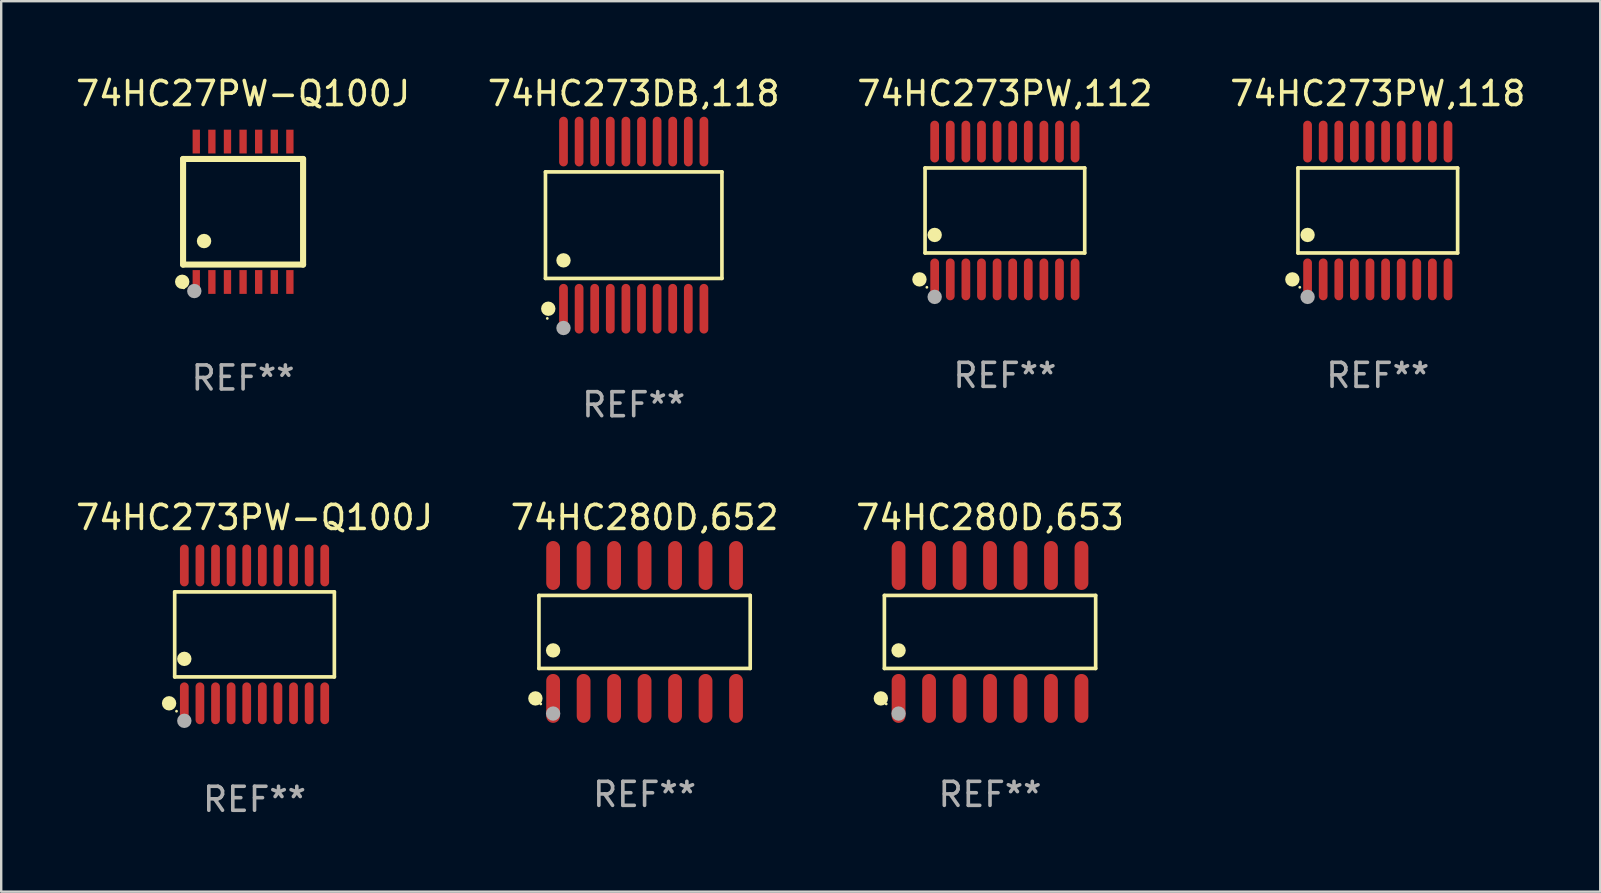
<source format=kicad_pcb>
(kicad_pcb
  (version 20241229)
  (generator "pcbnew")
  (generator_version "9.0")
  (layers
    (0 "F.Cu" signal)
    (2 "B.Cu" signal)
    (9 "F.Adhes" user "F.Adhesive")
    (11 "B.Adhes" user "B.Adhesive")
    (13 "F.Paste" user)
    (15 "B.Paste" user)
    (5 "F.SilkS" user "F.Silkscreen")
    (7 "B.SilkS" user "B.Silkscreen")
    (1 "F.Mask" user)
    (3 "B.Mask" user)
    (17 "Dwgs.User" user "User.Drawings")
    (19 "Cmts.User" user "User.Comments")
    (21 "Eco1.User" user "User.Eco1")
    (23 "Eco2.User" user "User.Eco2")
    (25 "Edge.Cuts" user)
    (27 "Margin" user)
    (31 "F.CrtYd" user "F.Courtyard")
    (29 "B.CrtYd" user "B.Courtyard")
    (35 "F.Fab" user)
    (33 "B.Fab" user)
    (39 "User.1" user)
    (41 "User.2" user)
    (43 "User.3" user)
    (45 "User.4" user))
  (footprint "74HC273DB,118"
    (layer "F.Cu")
    (at 23.351 6.33)
    (property "Reference" "74HC273DB,118" (at 0 -5.482 0) (layer "F.SilkS") (effects (font (size 1 1) (thickness 0.15))))
    (attr through_hole)
    (fp_line (start -3.676 -2.219) (end 3.676 -2.219) (stroke (width 0.152) (type solid)) (layer "F.SilkS"))
    (fp_line (start -3.676 2.219) (end -3.676 -2.219) (stroke (width 0.152) (type solid)) (layer "F.SilkS"))
    (fp_line (start 3.676 -2.219) (end 3.676 2.219) (stroke (width 0.152) (type solid)) (layer "F.SilkS"))
    (fp_line (start 3.676 2.219) (end -3.676 2.219) (stroke (width 0.152) (type solid)) (layer "F.SilkS"))
    (fp_circle (center -3.6 3.885) (end -3.57 3.885) (stroke (width 0.06) (type solid)) (fill no) (layer "F.SilkS"))
    (fp_circle (center -3.559 3.482) (end -3.409 3.482) (stroke (width 0.3) (type solid)) (fill no) (layer "F.SilkS"))
    (fp_circle (center -2.925 1.467) (end -2.775 1.467) (stroke (width 0.3) (type solid)) (fill no) (layer "F.SilkS"))
    (fp_circle (center -2.925 4.285) (end -2.775 4.285) (stroke (width 0.3) (type solid)) (fill no) (layer "F.Fab"))
    (fp_text user "REF**" (at 0 7.482 0) (layer "F.Fab") (effects (font (size 1 1) (thickness 0.15))))
    (pad "1" smd oval (at -2.925 3.482) (size 0.364 2.069) (layers "F.Cu" "F.Mask" "F.Paste"))
    (pad "2" smd oval (at -2.275 3.482) (size 0.364 2.069) (layers "F.Cu" "F.Mask" "F.Paste"))
    (pad "3" smd oval (at -1.625 3.482) (size 0.364 2.069) (layers "F.Cu" "F.Mask" "F.Paste"))
    (pad "4" smd oval (at -0.975 3.482) (size 0.364 2.069) (layers "F.Cu" "F.Mask" "F.Paste"))
    (pad "5" smd oval (at -0.325 3.482) (size 0.364 2.069) (layers "F.Cu" "F.Mask" "F.Paste"))
    (pad "6" smd oval (at 0.325 3.482) (size 0.364 2.069) (layers "F.Cu" "F.Mask" "F.Paste"))
    (pad "7" smd oval (at 0.975 3.482) (size 0.364 2.069) (layers "F.Cu" "F.Mask" "F.Paste"))
    (pad "8" smd oval (at 1.625 3.482) (size 0.364 2.069) (layers "F.Cu" "F.Mask" "F.Paste"))
    (pad "9" smd oval (at 2.275 3.482) (size 0.364 2.069) (layers "F.Cu" "F.Mask" "F.Paste"))
    (pad "10" smd oval (at 2.925 3.482) (size 0.364 2.069) (layers "F.Cu" "F.Mask" "F.Paste"))
    (pad "11" smd oval (at 2.925 -3.482) (size 0.364 2.069) (layers "F.Cu" "F.Mask" "F.Paste"))
    (pad "12" smd oval (at 2.275 -3.482) (size 0.364 2.069) (layers "F.Cu" "F.Mask" "F.Paste"))
    (pad "13" smd oval (at 1.625 -3.482) (size 0.364 2.069) (layers "F.Cu" "F.Mask" "F.Paste"))
    (pad "14" smd oval (at 0.975 -3.482) (size 0.364 2.069) (layers "F.Cu" "F.Mask" "F.Paste"))
    (pad "15" smd oval (at 0.325 -3.482) (size 0.364 2.069) (layers "F.Cu" "F.Mask" "F.Paste"))
    (pad "16" smd oval (at -0.325 -3.482) (size 0.364 2.069) (layers "F.Cu" "F.Mask" "F.Paste"))
    (pad "17" smd oval (at -0.975 -3.482) (size 0.364 2.069) (layers "F.Cu" "F.Mask" "F.Paste"))
    (pad "18" smd oval (at -1.625 -3.482) (size 0.364 2.069) (layers "F.Cu" "F.Mask" "F.Paste"))
    (pad "19" smd oval (at -2.275 -3.482) (size 0.364 2.069) (layers "F.Cu" "F.Mask" "F.Paste"))
    (pad "20" smd oval (at -2.925 -3.482) (size 0.364 2.069) (layers "F.Cu" "F.Mask" "F.Paste")))
  (footprint "74HC273PW,112"
    (layer "F.Cu")
    (at 38.815 5.719)
    (property "Reference" "74HC273PW,112" (at 0 -4.871 0) (layer "F.SilkS") (effects (font (size 1 1) (thickness 0.15))))
    (attr through_hole)
    (fp_line (start -3.326 -1.771) (end 3.326 -1.771) (stroke (width 0.152) (type solid)) (layer "F.SilkS"))
    (fp_line (start -3.326 1.771) (end -3.326 -1.771) (stroke (width 0.152) (type solid)) (layer "F.SilkS"))
    (fp_line (start 3.326 -1.771) (end 3.326 1.771) (stroke (width 0.152) (type solid)) (layer "F.SilkS"))
    (fp_line (start 3.326 1.771) (end -3.326 1.771) (stroke (width 0.152) (type solid)) (layer "F.SilkS"))
    (fp_circle (center -3.559 2.871) (end -3.409 2.871) (stroke (width 0.3) (type solid)) (fill no) (layer "F.SilkS"))
    (fp_circle (center -3.25 3.2) (end -3.22 3.2) (stroke (width 0.06) (type solid)) (fill no) (layer "F.SilkS"))
    (fp_circle (center -2.925 1.019) (end -2.775 1.019) (stroke (width 0.3) (type solid)) (fill no) (layer "F.SilkS"))
    (fp_circle (center -2.925 3.6) (end -2.775 3.6) (stroke (width 0.3) (type solid)) (fill no) (layer "F.Fab"))
    (fp_text user "REF**" (at 0 6.871 0) (layer "F.Fab") (effects (font (size 1 1) (thickness 0.15))))
    (pad "1" smd oval (at -2.925 2.871) (size 0.364 1.742) (layers "F.Cu" "F.Mask" "F.Paste"))
    (pad "2" smd oval (at -2.275 2.871) (size 0.364 1.742) (layers "F.Cu" "F.Mask" "F.Paste"))
    (pad "3" smd oval (at -1.625 2.871) (size 0.364 1.742) (layers "F.Cu" "F.Mask" "F.Paste"))
    (pad "4" smd oval (at -0.975 2.871) (size 0.364 1.742) (layers "F.Cu" "F.Mask" "F.Paste"))
    (pad "5" smd oval (at -0.325 2.871) (size 0.364 1.742) (layers "F.Cu" "F.Mask" "F.Paste"))
    (pad "6" smd oval (at 0.325 2.871) (size 0.364 1.742) (layers "F.Cu" "F.Mask" "F.Paste"))
    (pad "7" smd oval (at 0.975 2.871) (size 0.364 1.742) (layers "F.Cu" "F.Mask" "F.Paste"))
    (pad "8" smd oval (at 1.625 2.871) (size 0.364 1.742) (layers "F.Cu" "F.Mask" "F.Paste"))
    (pad "9" smd oval (at 2.275 2.871) (size 0.364 1.742) (layers "F.Cu" "F.Mask" "F.Paste"))
    (pad "10" smd oval (at 2.925 2.871) (size 0.364 1.742) (layers "F.Cu" "F.Mask" "F.Paste"))
    (pad "11" smd oval (at 2.925 -2.871) (size 0.364 1.742) (layers "F.Cu" "F.Mask" "F.Paste"))
    (pad "12" smd oval (at 2.275 -2.871) (size 0.364 1.742) (layers "F.Cu" "F.Mask" "F.Paste"))
    (pad "13" smd oval (at 1.625 -2.871) (size 0.364 1.742) (layers "F.Cu" "F.Mask" "F.Paste"))
    (pad "14" smd oval (at 0.975 -2.871) (size 0.364 1.742) (layers "F.Cu" "F.Mask" "F.Paste"))
    (pad "15" smd oval (at 0.325 -2.871) (size 0.364 1.742) (layers "F.Cu" "F.Mask" "F.Paste"))
    (pad "16" smd oval (at -0.325 -2.871) (size 0.364 1.742) (layers "F.Cu" "F.Mask" "F.Paste"))
    (pad "17" smd oval (at -0.975 -2.871) (size 0.364 1.742) (layers "F.Cu" "F.Mask" "F.Paste"))
    (pad "18" smd oval (at -1.625 -2.871) (size 0.364 1.742) (layers "F.Cu" "F.Mask" "F.Paste"))
    (pad "19" smd oval (at -2.275 -2.871) (size 0.364 1.742) (layers "F.Cu" "F.Mask" "F.Paste"))
    (pad "20" smd oval (at -2.925 -2.871) (size 0.364 1.742) (layers "F.Cu" "F.Mask" "F.Paste")))
  (footprint "74HC27PW-Q100J"
    (layer "F.Cu")
    (at 7.077 5.773)
    (property "Reference" "74HC27PW-Q100J" (at 0 -4.925 0) (layer "F.SilkS") (effects (font (size 1 1) (thickness 0.15))))
    (attr through_hole)
    (fp_line (start -2.5 2.2) (end -2.5 -2.2) (stroke (width 0.254) (type solid)) (layer "F.SilkS"))
    (fp_line (start -2.5 2.2) (end 2.5 2.2) (stroke (width 0.254) (type solid)) (layer "F.SilkS"))
    (fp_line (start 2.5 -2.2) (end -2.5 -2.2) (stroke (width 0.254) (type solid)) (layer "F.SilkS"))
    (fp_line (start 2.5 -2.2) (end 2.5 2.2) (stroke (width 0.254) (type solid)) (layer "F.SilkS"))
    (fp_circle (center -2.536 2.917) (end -2.386 2.917) (stroke (width 0.3) (type solid)) (fill no) (layer "F.SilkS"))
    (fp_circle (center -2.47 3.17) (end -2.44 3.17) (stroke (width 0.06) (type solid)) (fill no) (layer "F.SilkS"))
    (fp_circle (center -1.626 1.219) (end -1.475 1.219) (stroke (width 0.3) (type solid)) (fill no) (layer "F.SilkS"))
    (fp_circle (center -2.032 3.302) (end -1.882 3.302) (stroke (width 0.3) (type solid)) (fill no) (layer "F.Fab"))
    (fp_text user "REF**" (at 0 6.925 0) (layer "F.Fab") (effects (font (size 1 1) (thickness 0.15))))
    (pad "1" smd rect (at -1.95 2.925) (size 0.305 0.991) (layers "F.Cu" "F.Mask" "F.Paste"))
    (pad "2" smd rect (at -1.3 2.925) (size 0.305 0.991) (layers "F.Cu" "F.Mask" "F.Paste"))
    (pad "3" smd rect (at -0.65 2.925) (size 0.305 0.991) (layers "F.Cu" "F.Mask" "F.Paste"))
    (pad "4" smd rect (at 0 2.925) (size 0.305 0.991) (layers "F.Cu" "F.Mask" "F.Paste"))
    (pad "5" smd rect (at 0.65 2.925) (size 0.305 0.991) (layers "F.Cu" "F.Mask" "F.Paste"))
    (pad "6" smd rect (at 1.3 2.925) (size 0.305 0.991) (layers "F.Cu" "F.Mask" "F.Paste"))
    (pad "7" smd rect (at 1.95 2.925) (size 0.305 0.991) (layers "F.Cu" "F.Mask" "F.Paste"))
    (pad "8" smd rect (at 1.95 -2.925) (size 0.305 0.991) (layers "F.Cu" "F.Mask" "F.Paste"))
    (pad "9" smd rect (at 1.3 -2.925) (size 0.305 0.991) (layers "F.Cu" "F.Mask" "F.Paste"))
    (pad "10" smd rect (at 0.65 -2.925) (size 0.305 0.991) (layers "F.Cu" "F.Mask" "F.Paste"))
    (pad "11" smd rect (at 0 -2.925) (size 0.305 0.991) (layers "F.Cu" "F.Mask" "F.Paste"))
    (pad "12" smd rect (at -0.65 -2.925) (size 0.305 0.991) (layers "F.Cu" "F.Mask" "F.Paste"))
    (pad "13" smd rect (at -1.3 -2.925) (size 0.305 0.991) (layers "F.Cu" "F.Mask" "F.Paste"))
    (pad "14" smd rect (at -1.95 -2.925) (size 0.305 0.991) (layers "F.Cu" "F.Mask" "F.Paste")))
  (footprint "74HC280D,652"
    (layer "F.Cu")
    (at 23.804 23.278)
    (property "Reference" "74HC280D,652" (at 0 -4.769 0) (layer "F.SilkS") (effects (font (size 1 1) (thickness 0.15))))
    (attr through_hole)
    (fp_line (start -4.401 -1.521) (end 4.401 -1.521) (stroke (width 0.152) (type solid)) (layer "F.SilkS"))
    (fp_line (start -4.401 1.521) (end -4.401 -1.521) (stroke (width 0.152) (type solid)) (layer "F.SilkS"))
    (fp_line (start 4.401 -1.521) (end 4.401 1.521) (stroke (width 0.152) (type solid)) (layer "F.SilkS"))
    (fp_line (start 4.401 1.521) (end -4.401 1.521) (stroke (width 0.152) (type solid)) (layer "F.SilkS"))
    (fp_circle (center -4.549 2.769) (end -4.399 2.769) (stroke (width 0.3) (type solid)) (fill no) (layer "F.SilkS"))
    (fp_circle (center -4.325 3) (end -4.295 3) (stroke (width 0.06) (type solid)) (fill no) (layer "F.SilkS"))
    (fp_circle (center -3.81 0.769) (end -3.66 0.769) (stroke (width 0.3) (type solid)) (fill no) (layer "F.SilkS"))
    (fp_circle (center -3.81 3.4) (end -3.66 3.4) (stroke (width 0.3) (type solid)) (fill no) (layer "F.Fab"))
    (fp_text user "REF**" (at 0 6.769 0) (layer "F.Fab") (effects (font (size 1 1) (thickness 0.15))))
    (pad "1" smd oval (at -3.81 2.769) (size 0.574 2.038) (layers "F.Cu" "F.Mask" "F.Paste"))
    (pad "2" smd oval (at -2.54 2.769) (size 0.574 2.038) (layers "F.Cu" "F.Mask" "F.Paste"))
    (pad "3" smd oval (at -1.27 2.769) (size 0.574 2.038) (layers "F.Cu" "F.Mask" "F.Paste"))
    (pad "4" smd oval (at 0 2.769) (size 0.574 2.038) (layers "F.Cu" "F.Mask" "F.Paste"))
    (pad "5" smd oval (at 1.27 2.769) (size 0.574 2.038) (layers "F.Cu" "F.Mask" "F.Paste"))
    (pad "6" smd oval (at 2.54 2.769) (size 0.574 2.038) (layers "F.Cu" "F.Mask" "F.Paste"))
    (pad "7" smd oval (at 3.81 2.769) (size 0.574 2.038) (layers "F.Cu" "F.Mask" "F.Paste"))
    (pad "8" smd oval (at 3.81 -2.769) (size 0.574 2.038) (layers "F.Cu" "F.Mask" "F.Paste"))
    (pad "9" smd oval (at 2.54 -2.769) (size 0.574 2.038) (layers "F.Cu" "F.Mask" "F.Paste"))
    (pad "10" smd oval (at 1.27 -2.769) (size 0.574 2.038) (layers "F.Cu" "F.Mask" "F.Paste"))
    (pad "11" smd oval (at 0 -2.769) (size 0.574 2.038) (layers "F.Cu" "F.Mask" "F.Paste"))
    (pad "12" smd oval (at -1.27 -2.769) (size 0.574 2.038) (layers "F.Cu" "F.Mask" "F.Paste"))
    (pad "13" smd oval (at -2.54 -2.769) (size 0.574 2.038) (layers "F.Cu" "F.Mask" "F.Paste"))
    (pad "14" smd oval (at -3.81 -2.769) (size 0.574 2.038) (layers "F.Cu" "F.Mask" "F.Paste")))
  (footprint "74HC280D,653"
    (layer "F.Cu")
    (at 38.196 23.278)
    (property "Reference" "74HC280D,653" (at 0 -4.769 0) (layer "F.SilkS") (effects (font (size 1 1) (thickness 0.15))))
    (attr through_hole)
    (fp_line (start -4.401 -1.521) (end 4.401 -1.521) (stroke (width 0.152) (type solid)) (layer "F.SilkS"))
    (fp_line (start -4.401 1.521) (end -4.401 -1.521) (stroke (width 0.152) (type solid)) (layer "F.SilkS"))
    (fp_line (start 4.401 -1.521) (end 4.401 1.521) (stroke (width 0.152) (type solid)) (layer "F.SilkS"))
    (fp_line (start 4.401 1.521) (end -4.401 1.521) (stroke (width 0.152) (type solid)) (layer "F.SilkS"))
    (fp_circle (center -4.549 2.769) (end -4.399 2.769) (stroke (width 0.3) (type solid)) (fill no) (layer "F.SilkS"))
    (fp_circle (center -4.325 3) (end -4.295 3) (stroke (width 0.06) (type solid)) (fill no) (layer "F.SilkS"))
    (fp_circle (center -3.81 0.769) (end -3.66 0.769) (stroke (width 0.3) (type solid)) (fill no) (layer "F.SilkS"))
    (fp_circle (center -3.81 3.4) (end -3.66 3.4) (stroke (width 0.3) (type solid)) (fill no) (layer "F.Fab"))
    (fp_text user "REF**" (at 0 6.769 0) (layer "F.Fab") (effects (font (size 1 1) (thickness 0.15))))
    (pad "1" smd oval (at -3.81 2.769) (size 0.574 2.038) (layers "F.Cu" "F.Mask" "F.Paste"))
    (pad "2" smd oval (at -2.54 2.769) (size 0.574 2.038) (layers "F.Cu" "F.Mask" "F.Paste"))
    (pad "3" smd oval (at -1.27 2.769) (size 0.574 2.038) (layers "F.Cu" "F.Mask" "F.Paste"))
    (pad "4" smd oval (at 0 2.769) (size 0.574 2.038) (layers "F.Cu" "F.Mask" "F.Paste"))
    (pad "5" smd oval (at 1.27 2.769) (size 0.574 2.038) (layers "F.Cu" "F.Mask" "F.Paste"))
    (pad "6" smd oval (at 2.54 2.769) (size 0.574 2.038) (layers "F.Cu" "F.Mask" "F.Paste"))
    (pad "7" smd oval (at 3.81 2.769) (size 0.574 2.038) (layers "F.Cu" "F.Mask" "F.Paste"))
    (pad "8" smd oval (at 3.81 -2.769) (size 0.574 2.038) (layers "F.Cu" "F.Mask" "F.Paste"))
    (pad "9" smd oval (at 2.54 -2.769) (size 0.574 2.038) (layers "F.Cu" "F.Mask" "F.Paste"))
    (pad "10" smd oval (at 1.27 -2.769) (size 0.574 2.038) (layers "F.Cu" "F.Mask" "F.Paste"))
    (pad "11" smd oval (at 0 -2.769) (size 0.574 2.038) (layers "F.Cu" "F.Mask" "F.Paste"))
    (pad "12" smd oval (at -1.27 -2.769) (size 0.574 2.038) (layers "F.Cu" "F.Mask" "F.Paste"))
    (pad "13" smd oval (at -2.54 -2.769) (size 0.574 2.038) (layers "F.Cu" "F.Mask" "F.Paste"))
    (pad "14" smd oval (at -3.81 -2.769) (size 0.574 2.038) (layers "F.Cu" "F.Mask" "F.Paste")))
  (footprint "74HC273PW,118"
    (layer "F.Cu")
    (at 54.351 5.719)
    (property "Reference" "74HC273PW,118" (at 0 -4.871 0) (layer "F.SilkS") (effects (font (size 1 1) (thickness 0.15))))
    (attr through_hole)
    (fp_line (start -3.326 -1.771) (end 3.326 -1.771) (stroke (width 0.152) (type solid)) (layer "F.SilkS"))
    (fp_line (start -3.326 1.771) (end -3.326 -1.771) (stroke (width 0.152) (type solid)) (layer "F.SilkS"))
    (fp_line (start 3.326 -1.771) (end 3.326 1.771) (stroke (width 0.152) (type solid)) (layer "F.SilkS"))
    (fp_line (start 3.326 1.771) (end -3.326 1.771) (stroke (width 0.152) (type solid)) (layer "F.SilkS"))
    (fp_circle (center -3.559 2.871) (end -3.409 2.871) (stroke (width 0.3) (type solid)) (fill no) (layer "F.SilkS"))
    (fp_circle (center -3.25 3.2) (end -3.22 3.2) (stroke (width 0.06) (type solid)) (fill no) (layer "F.SilkS"))
    (fp_circle (center -2.925 1.019) (end -2.775 1.019) (stroke (width 0.3) (type solid)) (fill no) (layer "F.SilkS"))
    (fp_circle (center -2.925 3.6) (end -2.775 3.6) (stroke (width 0.3) (type solid)) (fill no) (layer "F.Fab"))
    (fp_text user "REF**" (at 0 6.871 0) (layer "F.Fab") (effects (font (size 1 1) (thickness 0.15))))
    (pad "1" smd oval (at -2.925 2.871) (size 0.364 1.742) (layers "F.Cu" "F.Mask" "F.Paste"))
    (pad "2" smd oval (at -2.275 2.871) (size 0.364 1.742) (layers "F.Cu" "F.Mask" "F.Paste"))
    (pad "3" smd oval (at -1.625 2.871) (size 0.364 1.742) (layers "F.Cu" "F.Mask" "F.Paste"))
    (pad "4" smd oval (at -0.975 2.871) (size 0.364 1.742) (layers "F.Cu" "F.Mask" "F.Paste"))
    (pad "5" smd oval (at -0.325 2.871) (size 0.364 1.742) (layers "F.Cu" "F.Mask" "F.Paste"))
    (pad "6" smd oval (at 0.325 2.871) (size 0.364 1.742) (layers "F.Cu" "F.Mask" "F.Paste"))
    (pad "7" smd oval (at 0.975 2.871) (size 0.364 1.742) (layers "F.Cu" "F.Mask" "F.Paste"))
    (pad "8" smd oval (at 1.625 2.871) (size 0.364 1.742) (layers "F.Cu" "F.Mask" "F.Paste"))
    (pad "9" smd oval (at 2.275 2.871) (size 0.364 1.742) (layers "F.Cu" "F.Mask" "F.Paste"))
    (pad "10" smd oval (at 2.925 2.871) (size 0.364 1.742) (layers "F.Cu" "F.Mask" "F.Paste"))
    (pad "11" smd oval (at 2.925 -2.871) (size 0.364 1.742) (layers "F.Cu" "F.Mask" "F.Paste"))
    (pad "12" smd oval (at 2.275 -2.871) (size 0.364 1.742) (layers "F.Cu" "F.Mask" "F.Paste"))
    (pad "13" smd oval (at 1.625 -2.871) (size 0.364 1.742) (layers "F.Cu" "F.Mask" "F.Paste"))
    (pad "14" smd oval (at 0.975 -2.871) (size 0.364 1.742) (layers "F.Cu" "F.Mask" "F.Paste"))
    (pad "15" smd oval (at 0.325 -2.871) (size 0.364 1.742) (layers "F.Cu" "F.Mask" "F.Paste"))
    (pad "16" smd oval (at -0.325 -2.871) (size 0.364 1.742) (layers "F.Cu" "F.Mask" "F.Paste"))
    (pad "17" smd oval (at -0.975 -2.871) (size 0.364 1.742) (layers "F.Cu" "F.Mask" "F.Paste"))
    (pad "18" smd oval (at -1.625 -2.871) (size 0.364 1.742) (layers "F.Cu" "F.Mask" "F.Paste"))
    (pad "19" smd oval (at -2.275 -2.871) (size 0.364 1.742) (layers "F.Cu" "F.Mask" "F.Paste"))
    (pad "20" smd oval (at -2.925 -2.871) (size 0.364 1.742) (layers "F.Cu" "F.Mask" "F.Paste")))
  (footprint "74HC273PW-Q100J"
    (layer "F.Cu")
    (at 7.554 23.38)
    (property "Reference" "74HC273PW-Q100J" (at 0 -4.871 0) (layer "F.SilkS") (effects (font (size 1 1) (thickness 0.15))))
    (attr through_hole)
    (fp_line (start -3.326 -1.771) (end 3.326 -1.771) (stroke (width 0.152) (type solid)) (layer "F.SilkS"))
    (fp_line (start -3.326 1.771) (end -3.326 -1.771) (stroke (width 0.152) (type solid)) (layer "F.SilkS"))
    (fp_line (start 3.326 -1.771) (end 3.326 1.771) (stroke (width 0.152) (type solid)) (layer "F.SilkS"))
    (fp_line (start 3.326 1.771) (end -3.326 1.771) (stroke (width 0.152) (type solid)) (layer "F.SilkS"))
    (fp_circle (center -3.559 2.871) (end -3.409 2.871) (stroke (width 0.3) (type solid)) (fill no) (layer "F.SilkS"))
    (fp_circle (center -3.25 3.2) (end -3.22 3.2) (stroke (width 0.06) (type solid)) (fill no) (layer "F.SilkS"))
    (fp_circle (center -2.925 1.019) (end -2.775 1.019) (stroke (width 0.3) (type solid)) (fill no) (layer "F.SilkS"))
    (fp_circle (center -2.925 3.6) (end -2.775 3.6) (stroke (width 0.3) (type solid)) (fill no) (layer "F.Fab"))
    (fp_text user "REF**" (at 0 6.871 0) (layer "F.Fab") (effects (font (size 1 1) (thickness 0.15))))
    (pad "1" smd oval (at -2.925 2.871) (size 0.364 1.742) (layers "F.Cu" "F.Mask" "F.Paste"))
    (pad "2" smd oval (at -2.275 2.871) (size 0.364 1.742) (layers "F.Cu" "F.Mask" "F.Paste"))
    (pad "3" smd oval (at -1.625 2.871) (size 0.364 1.742) (layers "F.Cu" "F.Mask" "F.Paste"))
    (pad "4" smd oval (at -0.975 2.871) (size 0.364 1.742) (layers "F.Cu" "F.Mask" "F.Paste"))
    (pad "5" smd oval (at -0.325 2.871) (size 0.364 1.742) (layers "F.Cu" "F.Mask" "F.Paste"))
    (pad "6" smd oval (at 0.325 2.871) (size 0.364 1.742) (layers "F.Cu" "F.Mask" "F.Paste"))
    (pad "7" smd oval (at 0.975 2.871) (size 0.364 1.742) (layers "F.Cu" "F.Mask" "F.Paste"))
    (pad "8" smd oval (at 1.625 2.871) (size 0.364 1.742) (layers "F.Cu" "F.Mask" "F.Paste"))
    (pad "9" smd oval (at 2.275 2.871) (size 0.364 1.742) (layers "F.Cu" "F.Mask" "F.Paste"))
    (pad "10" smd oval (at 2.925 2.871) (size 0.364 1.742) (layers "F.Cu" "F.Mask" "F.Paste"))
    (pad "11" smd oval (at 2.925 -2.871) (size 0.364 1.742) (layers "F.Cu" "F.Mask" "F.Paste"))
    (pad "12" smd oval (at 2.275 -2.871) (size 0.364 1.742) (layers "F.Cu" "F.Mask" "F.Paste"))
    (pad "13" smd oval (at 1.625 -2.871) (size 0.364 1.742) (layers "F.Cu" "F.Mask" "F.Paste"))
    (pad "14" smd oval (at 0.975 -2.871) (size 0.364 1.742) (layers "F.Cu" "F.Mask" "F.Paste"))
    (pad "15" smd oval (at 0.325 -2.871) (size 0.364 1.742) (layers "F.Cu" "F.Mask" "F.Paste"))
    (pad "16" smd oval (at -0.325 -2.871) (size 0.364 1.742) (layers "F.Cu" "F.Mask" "F.Paste"))
    (pad "17" smd oval (at -0.975 -2.871) (size 0.364 1.742) (layers "F.Cu" "F.Mask" "F.Paste"))
    (pad "18" smd oval (at -1.625 -2.871) (size 0.364 1.742) (layers "F.Cu" "F.Mask" "F.Paste"))
    (pad "19" smd oval (at -2.275 -2.871) (size 0.364 1.742) (layers "F.Cu" "F.Mask" "F.Paste"))
    (pad "20" smd oval (at -2.925 -2.871) (size 0.364 1.742) (layers "F.Cu" "F.Mask" "F.Paste")))
  (gr_rect
    (start -3 -3)
    (end 63.619 34.099)
    (stroke (width 0.1) (type default))
    (fill no)
    (layer "Edge.Cuts")))
</source>
